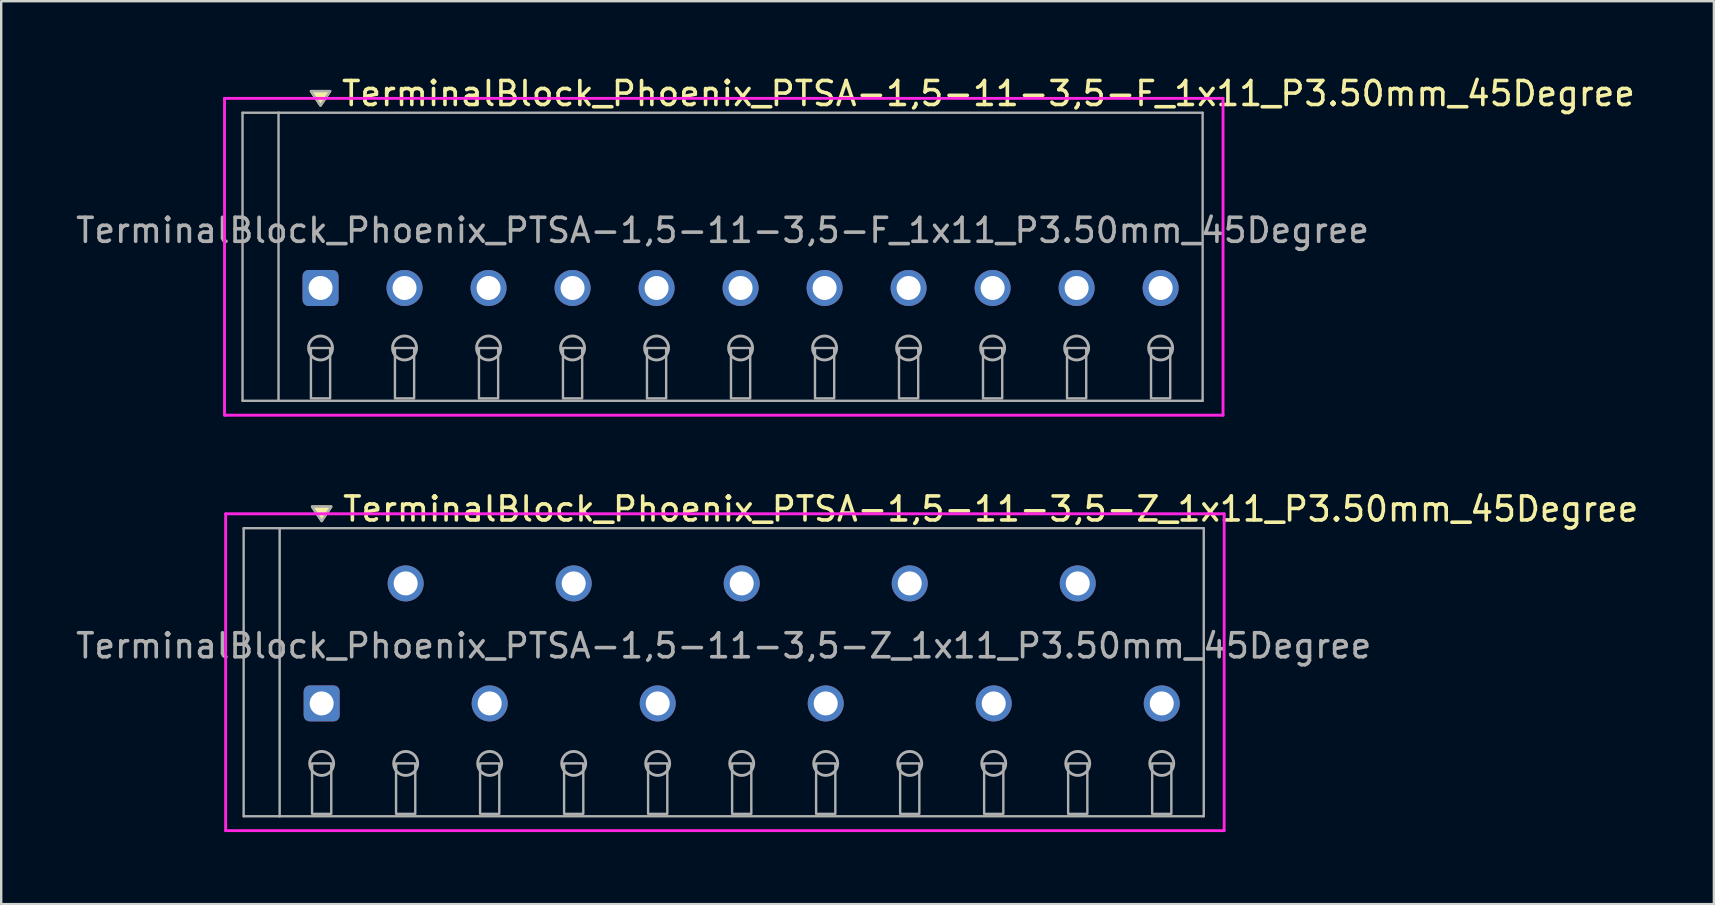
<source format=kicad_pcb>
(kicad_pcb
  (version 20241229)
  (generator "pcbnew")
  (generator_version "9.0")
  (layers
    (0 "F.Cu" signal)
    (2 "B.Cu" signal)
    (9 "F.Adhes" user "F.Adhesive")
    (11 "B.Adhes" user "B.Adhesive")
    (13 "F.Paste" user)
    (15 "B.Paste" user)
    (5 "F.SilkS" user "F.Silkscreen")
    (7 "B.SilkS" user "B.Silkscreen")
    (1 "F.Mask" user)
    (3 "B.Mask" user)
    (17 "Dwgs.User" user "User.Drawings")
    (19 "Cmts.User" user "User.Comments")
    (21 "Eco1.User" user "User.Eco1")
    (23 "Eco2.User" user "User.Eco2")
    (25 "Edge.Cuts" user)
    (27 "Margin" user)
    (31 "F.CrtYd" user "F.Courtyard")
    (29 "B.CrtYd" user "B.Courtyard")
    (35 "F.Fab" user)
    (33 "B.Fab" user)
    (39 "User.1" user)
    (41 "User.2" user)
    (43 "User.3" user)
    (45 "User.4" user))
  (footprint "TerminalBlock_Phoenix_PTSA-1,5-11-3,5-Z_1x11_P3.50mm_45Degree"
    (layer "F.Cu")
    (at 10.351 26.256)
    (property "Reference" "TerminalBlock_Phoenix_PTSA-1,5-11-3,5-Z_1x11_P3.50mm_45Degree" (at 0.8 -8.1 0) (layer "F.SilkS") (effects (font (size 1 1) (thickness 0.15)) (justify left)))
    (attr through_hole)
    (fp_poly (pts (xy 0 -7.6) (xy -0.4 -8.2) (xy 0.4 -8.2)) (stroke (width 0.1) (type solid)) (fill yes) (layer "F.SilkS"))
    (fp_line (start -4 -7.9) (end 37.6 -7.9) (stroke (width 0.12) (type solid)) (layer "F.CrtYd"))
    (fp_line (start -4 5.3) (end -4 -7.9) (stroke (width 0.12) (type solid)) (layer "F.CrtYd"))
    (fp_line (start 37.6 -7.9) (end 37.6 5.3) (stroke (width 0.12) (type solid)) (layer "F.CrtYd"))
    (fp_line (start 37.6 5.3) (end -4 5.3) (stroke (width 0.12) (type solid)) (layer "F.CrtYd"))
    (fp_line (start -3.25 -7.3) (end -1.75 -7.3) (stroke (width 0.1) (type solid)) (layer "F.Fab"))
    (fp_line (start -3.25 4.7) (end -3.25 -7.3) (stroke (width 0.1) (type solid)) (layer "F.Fab"))
    (fp_line (start -1.75 -7.3) (end -1.75 4.7) (stroke (width 0.1) (type solid)) (layer "F.Fab"))
    (fp_line (start -1.75 4.7) (end -3.25 4.7) (stroke (width 0.1) (type solid)) (layer "F.Fab"))
    (fp_line (start -1.75 4.7) (end 36.75 4.7) (stroke (width 0.1) (type solid)) (layer "F.Fab"))
    (fp_line (start 36.75 -7.3) (end -1.75 -7.3) (stroke (width 0.1) (type solid)) (layer "F.Fab"))
    (fp_line (start 36.75 4.7) (end 36.75 -7.3) (stroke (width 0.1) (type solid)) (layer "F.Fab"))
    (fp_circle (center 0 2.5) (end -0.5 2.5) (stroke (width 0.12) (type solid)) (fill no) (layer "F.Fab"))
    (fp_circle (center 3.5 2.5) (end 3 2.5) (stroke (width 0.12) (type solid)) (fill no) (layer "F.Fab"))
    (fp_circle (center 7 2.5) (end 6.5 2.5) (stroke (width 0.12) (type solid)) (fill no) (layer "F.Fab"))
    (fp_circle (center 10.5 2.5) (end 10 2.5) (stroke (width 0.12) (type solid)) (fill no) (layer "F.Fab"))
    (fp_circle (center 14 2.5) (end 13.5 2.5) (stroke (width 0.12) (type solid)) (fill no) (layer "F.Fab"))
    (fp_circle (center 17.5 2.5) (end 17 2.5) (stroke (width 0.12) (type solid)) (fill no) (layer "F.Fab"))
    (fp_circle (center 21 2.5) (end 20.5 2.5) (stroke (width 0.12) (type solid)) (fill no) (layer "F.Fab"))
    (fp_circle (center 24.5 2.5) (end 24 2.5) (stroke (width 0.12) (type solid)) (fill no) (layer "F.Fab"))
    (fp_circle (center 28 2.5) (end 27.5 2.5) (stroke (width 0.12) (type solid)) (fill no) (layer "F.Fab"))
    (fp_circle (center 31.5 2.5) (end 31 2.5) (stroke (width 0.12) (type solid)) (fill no) (layer "F.Fab"))
    (fp_circle (center 35 2.5) (end 34.5 2.5) (stroke (width 0.12) (type solid)) (fill no) (layer "F.Fab"))
    (fp_poly (pts (xy 0 -7.6) (xy -0.4 -8.2) (xy 0.4 -8.2)) (stroke (width 0.1) (type solid)) (fill no) (layer "F.Fab"))
    (fp_poly (pts (xy -0.4 2.5) (xy -0.4 4.6) (xy 0.4 4.6) (xy 0.4 2.5)) (stroke (width 0.1) (type solid)) (fill no) (layer "F.Fab"))
    (fp_poly (pts (xy 3.1 2.5) (xy 3.1 4.6) (xy 3.9 4.6) (xy 3.9 2.5)) (stroke (width 0.1) (type solid)) (fill no) (layer "F.Fab"))
    (fp_poly (pts (xy 6.6 2.5) (xy 6.6 4.6) (xy 7.4 4.6) (xy 7.4 2.5)) (stroke (width 0.1) (type solid)) (fill no) (layer "F.Fab"))
    (fp_poly (pts (xy 10.1 2.5) (xy 10.1 4.6) (xy 10.9 4.6) (xy 10.9 2.5)) (stroke (width 0.1) (type solid)) (fill no) (layer "F.Fab"))
    (fp_poly (pts (xy 13.6 2.5) (xy 13.6 4.6) (xy 14.4 4.6) (xy 14.4 2.5)) (stroke (width 0.1) (type solid)) (fill no) (layer "F.Fab"))
    (fp_poly (pts (xy 17.1 2.5) (xy 17.1 4.6) (xy 17.9 4.6) (xy 17.9 2.5)) (stroke (width 0.1) (type solid)) (fill no) (layer "F.Fab"))
    (fp_poly (pts (xy 20.6 2.5) (xy 20.6 4.6) (xy 21.4 4.6) (xy 21.4 2.5)) (stroke (width 0.1) (type solid)) (fill no) (layer "F.Fab"))
    (fp_poly (pts (xy 24.1 2.5) (xy 24.1 4.6) (xy 24.9 4.6) (xy 24.9 2.5)) (stroke (width 0.1) (type solid)) (fill no) (layer "F.Fab"))
    (fp_poly (pts (xy 27.6 2.5) (xy 27.6 4.6) (xy 28.4 4.6) (xy 28.4 2.5)) (stroke (width 0.1) (type solid)) (fill no) (layer "F.Fab"))
    (fp_poly (pts (xy 31.1 2.5) (xy 31.1 4.6) (xy 31.9 4.6) (xy 31.9 2.5)) (stroke (width 0.1) (type solid)) (fill no) (layer "F.Fab"))
    (fp_poly (pts (xy 34.6 2.5) (xy 34.6 4.6) (xy 35.4 4.6) (xy 35.4 2.5)) (stroke (width 0.1) (type solid)) (fill no) (layer "F.Fab"))
    (fp_text user "${REFERENCE}" (at 16.75 -2.4 0) (layer "F.Fab") (effects (font (size 1 1) (thickness 0.15))))
    (pad "1" thru_hole roundrect (at 0 0) (size 1.5 1.5) (drill 1) (layers "*.Cu" "*.Mask") (roundrect_rratio 0.167))
    (pad "2" thru_hole oval (at 3.5 -5) (size 1.5 1.5) (drill 1) (layers "*.Cu" "*.Mask"))
    (pad "3" thru_hole oval (at 7 0) (size 1.5 1.5) (drill 1) (layers "*.Cu" "*.Mask"))
    (pad "4" thru_hole oval (at 10.5 -5) (size 1.5 1.5) (drill 1) (layers "*.Cu" "*.Mask"))
    (pad "5" thru_hole oval (at 14 0) (size 1.5 1.5) (drill 1) (layers "*.Cu" "*.Mask"))
    (pad "6" thru_hole oval (at 17.5 -5) (size 1.5 1.5) (drill 1) (layers "*.Cu" "*.Mask"))
    (pad "7" thru_hole oval (at 21 0) (size 1.5 1.5) (drill 1) (layers "*.Cu" "*.Mask"))
    (pad "8" thru_hole oval (at 24.5 -5) (size 1.5 1.5) (drill 1) (layers "*.Cu" "*.Mask"))
    (pad "9" thru_hole oval (at 28 0) (size 1.5 1.5) (drill 1) (layers "*.Cu" "*.Mask"))
    (pad "10" thru_hole oval (at 31.5 -5) (size 1.5 1.5) (drill 1) (layers "*.Cu" "*.Mask"))
    (pad "11" thru_hole oval (at 35 0) (size 1.5 1.5) (drill 1) (layers "*.Cu" "*.Mask")))
  (footprint "TerminalBlock_Phoenix_PTSA-1,5-11-3,5-F_1x11_P3.50mm_45Degree"
    (layer "F.Cu")
    (at 10.304 8.948)
    (property "Reference" "TerminalBlock_Phoenix_PTSA-1,5-11-3,5-F_1x11_P3.50mm_45Degree" (at 0.8 -8.1 0) (layer "F.SilkS") (effects (font (size 1 1) (thickness 0.15)) (justify left)))
    (attr through_hole)
    (fp_poly (pts (xy 0 -7.6) (xy -0.4 -8.2) (xy 0.4 -8.2)) (stroke (width 0.1) (type solid)) (fill yes) (layer "F.SilkS"))
    (fp_line (start -4 -7.9) (end 37.6 -7.9) (stroke (width 0.12) (type solid)) (layer "F.CrtYd"))
    (fp_line (start -4 5.3) (end -4 -7.9) (stroke (width 0.12) (type solid)) (layer "F.CrtYd"))
    (fp_line (start 37.6 -7.9) (end 37.6 5.3) (stroke (width 0.12) (type solid)) (layer "F.CrtYd"))
    (fp_line (start 37.6 5.3) (end -4 5.3) (stroke (width 0.12) (type solid)) (layer "F.CrtYd"))
    (fp_line (start -3.25 -7.3) (end -1.75 -7.3) (stroke (width 0.1) (type solid)) (layer "F.Fab"))
    (fp_line (start -3.25 4.7) (end -3.25 -7.3) (stroke (width 0.1) (type solid)) (layer "F.Fab"))
    (fp_line (start -1.75 -7.3) (end -1.75 4.7) (stroke (width 0.1) (type solid)) (layer "F.Fab"))
    (fp_line (start -1.75 4.7) (end -3.25 4.7) (stroke (width 0.1) (type solid)) (layer "F.Fab"))
    (fp_line (start -1.75 4.7) (end 36.75 4.7) (stroke (width 0.1) (type solid)) (layer "F.Fab"))
    (fp_line (start 36.75 -7.3) (end -1.75 -7.3) (stroke (width 0.1) (type solid)) (layer "F.Fab"))
    (fp_line (start 36.75 4.7) (end 36.75 -7.3) (stroke (width 0.1) (type solid)) (layer "F.Fab"))
    (fp_circle (center 0 2.5) (end -0.5 2.5) (stroke (width 0.12) (type solid)) (fill no) (layer "F.Fab"))
    (fp_circle (center 3.5 2.5) (end 3 2.5) (stroke (width 0.12) (type solid)) (fill no) (layer "F.Fab"))
    (fp_circle (center 7 2.5) (end 6.5 2.5) (stroke (width 0.12) (type solid)) (fill no) (layer "F.Fab"))
    (fp_circle (center 10.5 2.5) (end 10 2.5) (stroke (width 0.12) (type solid)) (fill no) (layer "F.Fab"))
    (fp_circle (center 14 2.5) (end 13.5 2.5) (stroke (width 0.12) (type solid)) (fill no) (layer "F.Fab"))
    (fp_circle (center 17.5 2.5) (end 17 2.5) (stroke (width 0.12) (type solid)) (fill no) (layer "F.Fab"))
    (fp_circle (center 21 2.5) (end 20.5 2.5) (stroke (width 0.12) (type solid)) (fill no) (layer "F.Fab"))
    (fp_circle (center 24.5 2.5) (end 24 2.5) (stroke (width 0.12) (type solid)) (fill no) (layer "F.Fab"))
    (fp_circle (center 28 2.5) (end 27.5 2.5) (stroke (width 0.12) (type solid)) (fill no) (layer "F.Fab"))
    (fp_circle (center 31.5 2.5) (end 31 2.5) (stroke (width 0.12) (type solid)) (fill no) (layer "F.Fab"))
    (fp_circle (center 35 2.5) (end 34.5 2.5) (stroke (width 0.12) (type solid)) (fill no) (layer "F.Fab"))
    (fp_poly (pts (xy 0 -7.6) (xy -0.4 -8.2) (xy 0.4 -8.2)) (stroke (width 0.1) (type solid)) (fill no) (layer "F.Fab"))
    (fp_poly (pts (xy -0.4 2.5) (xy -0.4 4.6) (xy 0.4 4.6) (xy 0.4 2.5)) (stroke (width 0.1) (type solid)) (fill no) (layer "F.Fab"))
    (fp_poly (pts (xy 3.1 2.5) (xy 3.1 4.6) (xy 3.9 4.6) (xy 3.9 2.5)) (stroke (width 0.1) (type solid)) (fill no) (layer "F.Fab"))
    (fp_poly (pts (xy 6.6 2.5) (xy 6.6 4.6) (xy 7.4 4.6) (xy 7.4 2.5)) (stroke (width 0.1) (type solid)) (fill no) (layer "F.Fab"))
    (fp_poly (pts (xy 10.1 2.5) (xy 10.1 4.6) (xy 10.9 4.6) (xy 10.9 2.5)) (stroke (width 0.1) (type solid)) (fill no) (layer "F.Fab"))
    (fp_poly (pts (xy 13.6 2.5) (xy 13.6 4.6) (xy 14.4 4.6) (xy 14.4 2.5)) (stroke (width 0.1) (type solid)) (fill no) (layer "F.Fab"))
    (fp_poly (pts (xy 17.1 2.5) (xy 17.1 4.6) (xy 17.9 4.6) (xy 17.9 2.5)) (stroke (width 0.1) (type solid)) (fill no) (layer "F.Fab"))
    (fp_poly (pts (xy 20.6 2.5) (xy 20.6 4.6) (xy 21.4 4.6) (xy 21.4 2.5)) (stroke (width 0.1) (type solid)) (fill no) (layer "F.Fab"))
    (fp_poly (pts (xy 24.1 2.5) (xy 24.1 4.6) (xy 24.9 4.6) (xy 24.9 2.5)) (stroke (width 0.1) (type solid)) (fill no) (layer "F.Fab"))
    (fp_poly (pts (xy 27.6 2.5) (xy 27.6 4.6) (xy 28.4 4.6) (xy 28.4 2.5)) (stroke (width 0.1) (type solid)) (fill no) (layer "F.Fab"))
    (fp_poly (pts (xy 31.1 2.5) (xy 31.1 4.6) (xy 31.9 4.6) (xy 31.9 2.5)) (stroke (width 0.1) (type solid)) (fill no) (layer "F.Fab"))
    (fp_poly (pts (xy 34.6 2.5) (xy 34.6 4.6) (xy 35.4 4.6) (xy 35.4 2.5)) (stroke (width 0.1) (type solid)) (fill no) (layer "F.Fab"))
    (fp_text user "${REFERENCE}" (at 16.75 -2.4 0) (layer "F.Fab") (effects (font (size 1 1) (thickness 0.15))))
    (pad "1" thru_hole roundrect (at 0 0) (size 1.5 1.5) (drill 1) (layers "*.Cu" "*.Mask") (roundrect_rratio 0.167))
    (pad "2" thru_hole oval (at 3.5 0) (size 1.5 1.5) (drill 1) (layers "*.Cu" "*.Mask"))
    (pad "3" thru_hole oval (at 7 0) (size 1.5 1.5) (drill 1) (layers "*.Cu" "*.Mask"))
    (pad "4" thru_hole oval (at 10.5 0) (size 1.5 1.5) (drill 1) (layers "*.Cu" "*.Mask"))
    (pad "5" thru_hole oval (at 14 0) (size 1.5 1.5) (drill 1) (layers "*.Cu" "*.Mask"))
    (pad "6" thru_hole oval (at 17.5 0) (size 1.5 1.5) (drill 1) (layers "*.Cu" "*.Mask"))
    (pad "7" thru_hole oval (at 21 0) (size 1.5 1.5) (drill 1) (layers "*.Cu" "*.Mask"))
    (pad "8" thru_hole oval (at 24.5 0) (size 1.5 1.5) (drill 1) (layers "*.Cu" "*.Mask"))
    (pad "9" thru_hole oval (at 28 0) (size 1.5 1.5) (drill 1) (layers "*.Cu" "*.Mask"))
    (pad "10" thru_hole oval (at 31.5 0) (size 1.5 1.5) (drill 1) (layers "*.Cu" "*.Mask"))
    (pad "11" thru_hole oval (at 35 0) (size 1.5 1.5) (drill 1) (layers "*.Cu" "*.Mask")))
  (gr_rect
    (start -3 -3)
    (end 68.354 34.617)
    (stroke (width 0.1) (type default))
    (fill no)
    (layer "Edge.Cuts")))
</source>
